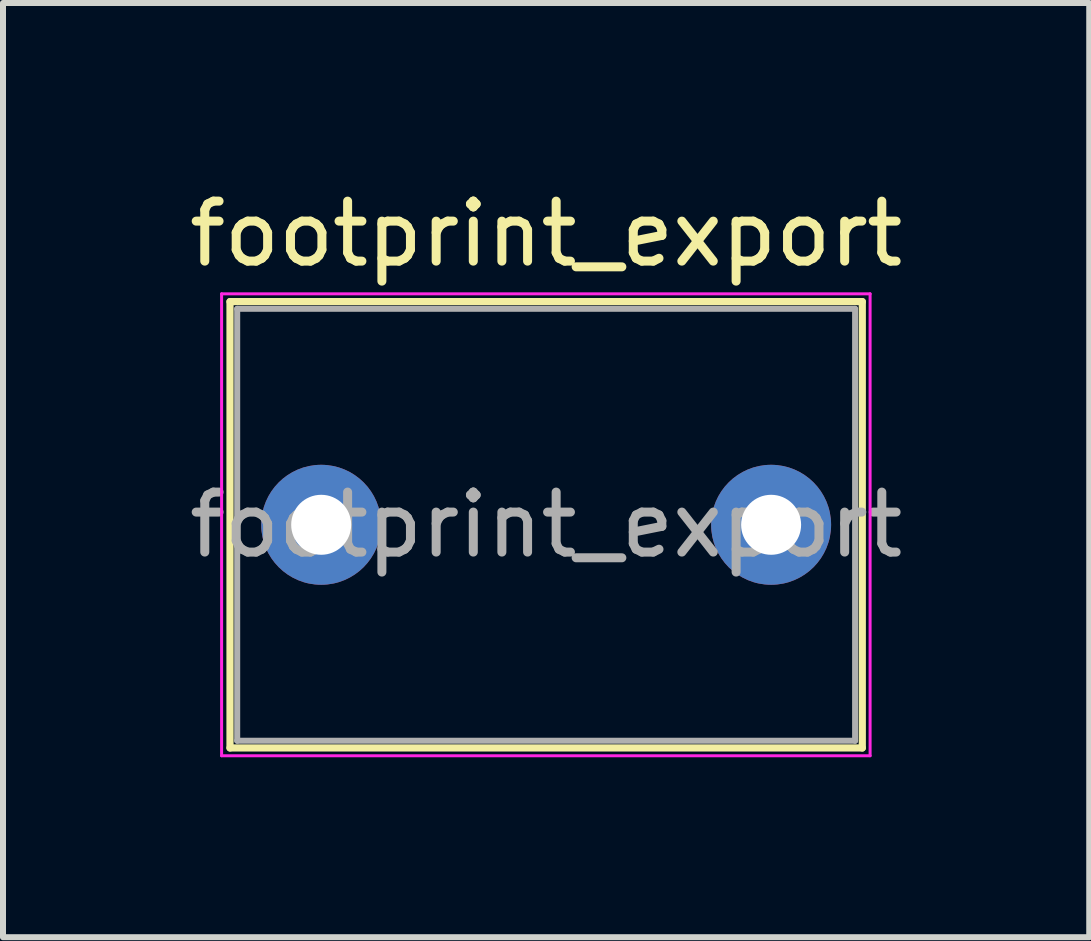
<source format=kicad_pcb>
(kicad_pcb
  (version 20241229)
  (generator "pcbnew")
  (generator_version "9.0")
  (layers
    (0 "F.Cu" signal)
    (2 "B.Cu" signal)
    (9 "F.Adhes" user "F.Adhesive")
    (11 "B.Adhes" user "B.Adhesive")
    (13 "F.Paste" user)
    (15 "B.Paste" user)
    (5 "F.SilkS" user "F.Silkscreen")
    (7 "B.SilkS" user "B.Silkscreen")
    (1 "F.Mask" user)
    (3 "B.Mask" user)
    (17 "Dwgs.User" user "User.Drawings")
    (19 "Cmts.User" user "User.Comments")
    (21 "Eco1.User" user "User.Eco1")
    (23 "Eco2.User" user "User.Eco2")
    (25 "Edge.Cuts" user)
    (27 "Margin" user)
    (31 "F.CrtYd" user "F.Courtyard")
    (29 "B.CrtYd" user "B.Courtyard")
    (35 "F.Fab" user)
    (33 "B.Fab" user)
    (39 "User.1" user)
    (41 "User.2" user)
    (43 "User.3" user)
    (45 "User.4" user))
  (footprint "footprint_export"
    (layer "F.Cu")
    (at 2.304 5.698)
    (property "Reference" "footprint_export" (at 3.75 -4.85 0) (layer "F.SilkS") (effects (font (size 1 1) (thickness 0.15))))
    (attr through_hole)
    (fp_line (start -1.52 -3.72) (end -1.52 3.72) (stroke (width 0.12) (type solid)) (layer "F.SilkS"))
    (fp_line (start -1.52 -3.72) (end 9.02 -3.72) (stroke (width 0.12) (type solid)) (layer "F.SilkS"))
    (fp_line (start -1.52 3.72) (end 9.02 3.72) (stroke (width 0.12) (type solid)) (layer "F.SilkS"))
    (fp_line (start 9.02 -3.72) (end 9.02 3.72) (stroke (width 0.12) (type solid)) (layer "F.SilkS"))
    (fp_line (start -1.66 -3.85) (end -1.66 3.85) (stroke (width 0.05) (type solid)) (layer "F.CrtYd"))
    (fp_line (start -1.66 3.85) (end 9.15 3.85) (stroke (width 0.05) (type solid)) (layer "F.CrtYd"))
    (fp_line (start 9.15 -3.85) (end -1.66 -3.85) (stroke (width 0.05) (type solid)) (layer "F.CrtYd"))
    (fp_line (start 9.15 3.85) (end 9.15 -3.85) (stroke (width 0.05) (type solid)) (layer "F.CrtYd"))
    (fp_line (start -1.4 -3.6) (end -1.4 3.6) (stroke (width 0.1) (type solid)) (layer "F.Fab"))
    (fp_line (start -1.4 3.6) (end 8.9 3.6) (stroke (width 0.1) (type solid)) (layer "F.Fab"))
    (fp_line (start 8.9 -3.6) (end -1.4 -3.6) (stroke (width 0.1) (type solid)) (layer "F.Fab"))
    (fp_line (start 8.9 3.6) (end 8.9 -3.6) (stroke (width 0.1) (type solid)) (layer "F.Fab"))
    (fp_text user "${REFERENCE}" (at 3.75 0 0) (layer "F.Fab") (effects (font (size 1 1) (thickness 0.15))))
    (pad "1" thru_hole circle (at 0 0) (size 2 2) (drill 1) (layers "*.Cu" "*.Mask"))
    (pad "2" thru_hole circle (at 7.5 0) (size 2 2) (drill 1) (layers "*.Cu" "*.Mask")))
  (gr_rect
    (start -3 -3)
    (end 15.107 12.573)
    (stroke (width 0.1) (type default))
    (fill no)
    (layer "Edge.Cuts")))
</source>
